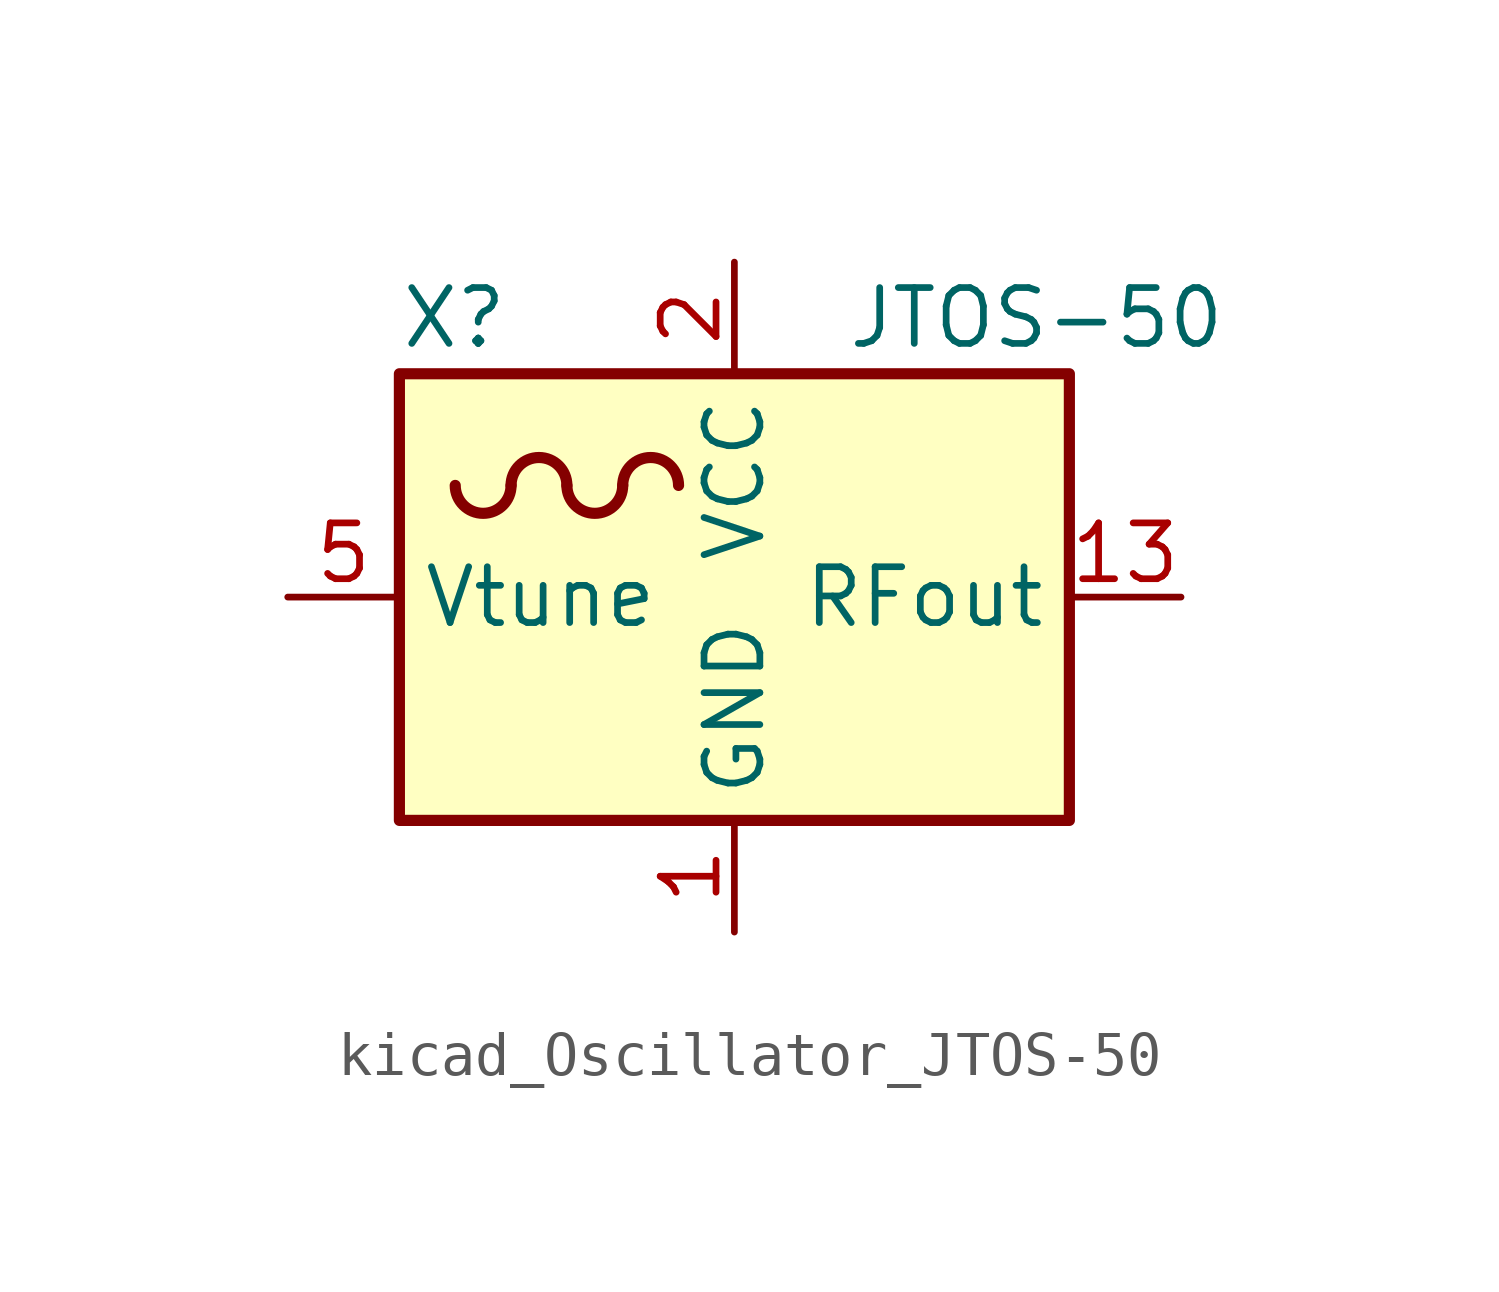
<source format=kicad_sym>
(kicad_symbol_lib
  (version 20220914)
  (generator kicad_symbol_editor)
  (symbol "kicad_Oscillator_JTOS-50"
    (property "Reference" "X"
      (at -7.62 6.35 0)
      (effects (font (size 1.27 1.27)) (justify left)))
    (property "Value" "JTOS-50"
      (at 2.54 6.35 0)
      (effects (font (size 1.27 1.27)) (justify left)))
    (symbol "kicad_Oscillator_JTOS-50_0_1"
      (rectangle (start -7.62 5.08) (end 7.62 -5.08) (stroke (width 0.254) (type default)) (fill (type background)))
      (arc (start -6.35 2.54) (mid -5.715 1.9077) (end -5.08 2.54) (stroke (width 0.254) (type default)) (fill (type none)))
      (arc (start -3.81 2.54) (mid -4.445 3.1723) (end -5.08 2.54) (stroke (width 0.254) (type default)) (fill (type none)))
      (arc (start -3.81 2.54) (mid -3.175 1.9077) (end -2.54 2.54) (stroke (width 0.254) (type default)) (fill (type none)))
      (arc (start -1.27 2.54) (mid -1.905 3.1723) (end -2.54 2.54) (stroke (width 0.254) (type default)) (fill (type none))))
    (symbol "kicad_Oscillator_JTOS-50_1_1"
      (pin power_in line (at 0 -7.62 90) (length 2.54) (name "GND" (effects (font (size 1.27 1.27)))) (number "1" (effects (font (size 1.27 1.27)))))
      (pin passive line (at 0 -7.62 90) (length 2.54) hide (name "GND" (effects (font (size 1.27 1.27)))) (number "10" (effects (font (size 1.27 1.27)))))
      (pin passive line (at 0 -7.62 90) (length 2.54) hide (name "GND" (effects (font (size 1.27 1.27)))) (number "11" (effects (font (size 1.27 1.27)))))
      (pin passive line (at 0 -7.62 90) (length 2.54) hide (name "GND" (effects (font (size 1.27 1.27)))) (number "12" (effects (font (size 1.27 1.27)))))
      (pin output line (at 10.16 0 180) (length 2.54) (name "RFout" (effects (font (size 1.27 1.27)))) (number "13" (effects (font (size 1.27 1.27)))))
      (pin passive line (at 0 -7.62 90) (length 2.54) hide (name "GND" (effects (font (size 1.27 1.27)))) (number "14" (effects (font (size 1.27 1.27)))))
      (pin power_in line (at 0 7.62 270) (length 2.54) (name "VCC" (effects (font (size 1.27 1.27)))) (number "2" (effects (font (size 1.27 1.27)))))
      (pin passive line (at 0 -7.62 90) (length 2.54) hide (name "GND" (effects (font (size 1.27 1.27)))) (number "3" (effects (font (size 1.27 1.27)))))
      (pin passive line (at 0 -7.62 90) (length 2.54) hide (name "GND" (effects (font (size 1.27 1.27)))) (number "4" (effects (font (size 1.27 1.27)))))
      (pin input line (at -10.16 0 0) (length 2.54) (name "Vtune" (effects (font (size 1.27 1.27)))) (number "5" (effects (font (size 1.27 1.27)))))
      (pin passive line (at 0 -7.62 90) (length 2.54) hide (name "GND" (effects (font (size 1.27 1.27)))) (number "6" (effects (font (size 1.27 1.27)))))
      (pin passive line (at 0 -7.62 90) (length 2.54) hide (name "GND" (effects (font (size 1.27 1.27)))) (number "7" (effects (font (size 1.27 1.27)))))
      (pin passive line (at 0 -7.62 90) (length 2.54) hide (name "GND" (effects (font (size 1.27 1.27)))) (number "8" (effects (font (size 1.27 1.27)))))
      (pin passive line (at 0 -7.62 90) (length 2.54) hide (name "GND" (effects (font (size 1.27 1.27)))) (number "9" (effects (font (size 1.27 1.27))))))))
</source>
